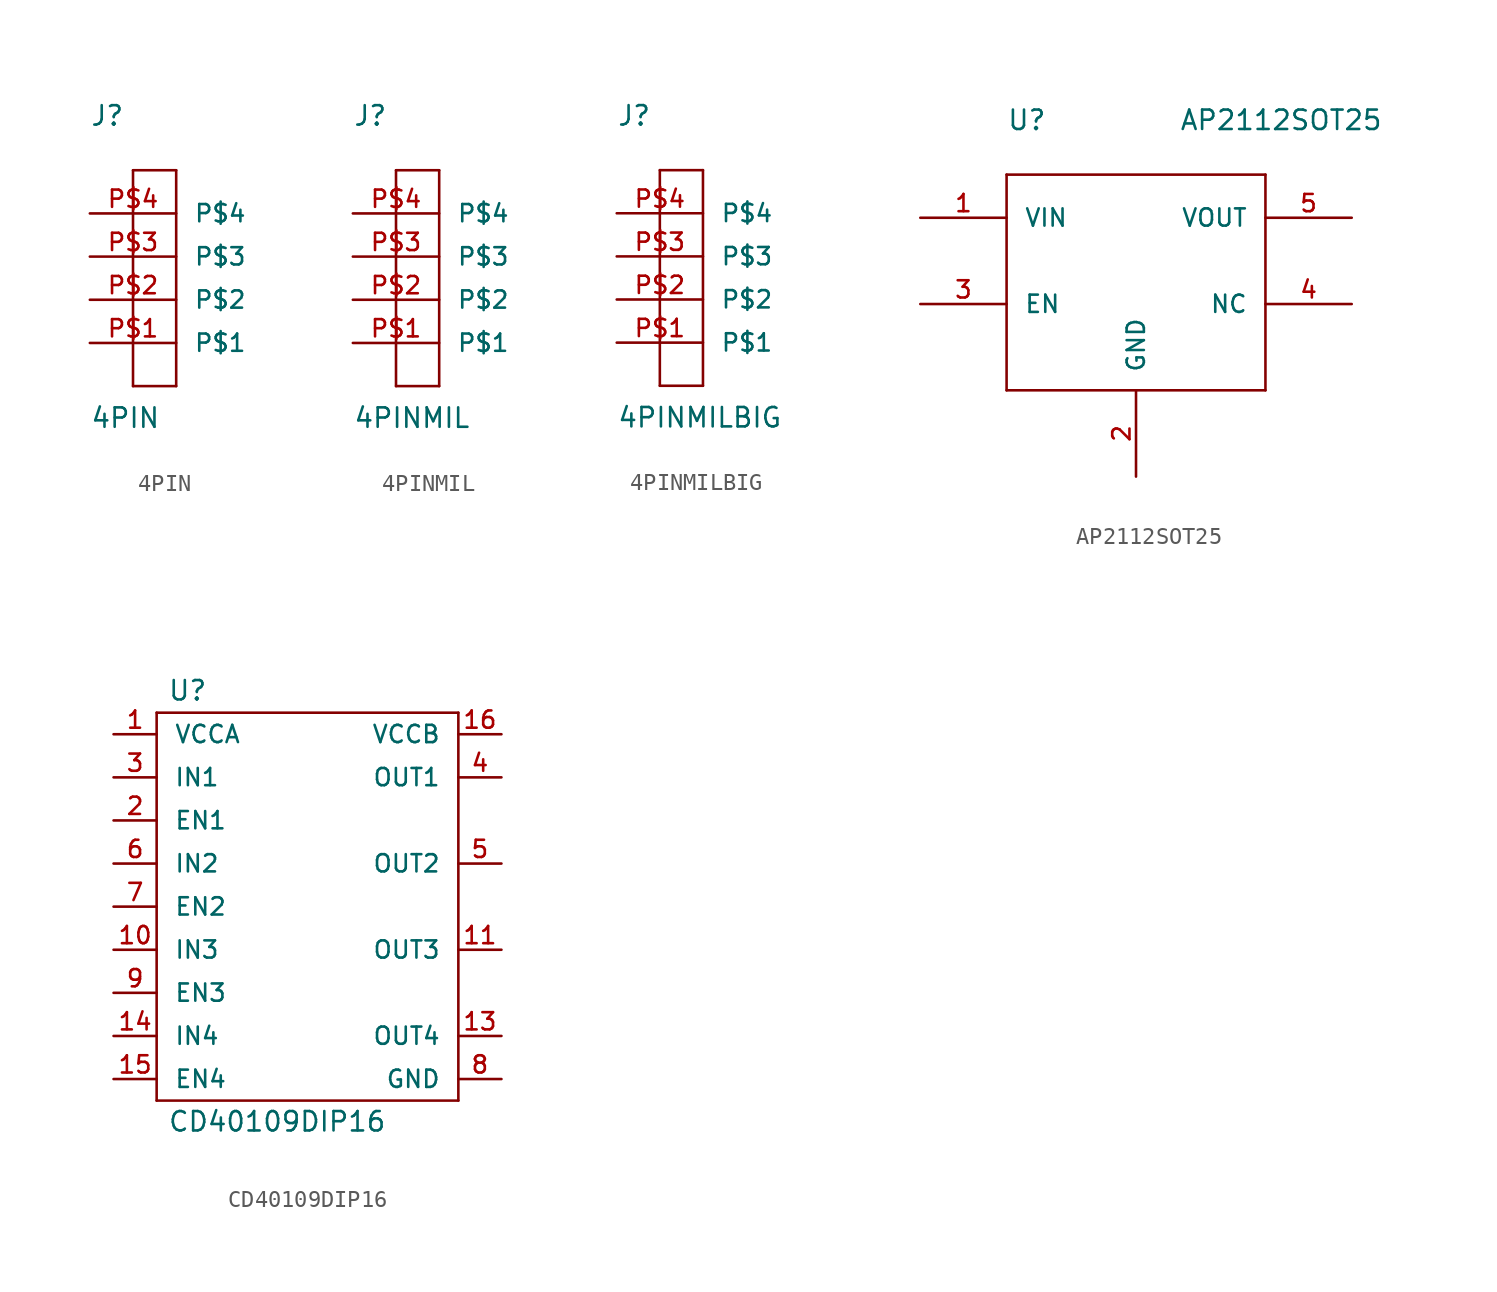
<source format=kicad_sym>
(kicad_symbol_lib
  (version 20211014)
  (generator kicad_symbol_editor)
  (symbol "4PIN"
    (pin_names
      (offset 1.016))
    (property "Reference" "J"
      (at -5.08 12.7 0)
      (effects (font (size 1.143 1.143)) (justify left bottom)))
    (property "Value" "4PIN"
      (at -5.08 -5.08 0)
      (effects (font (size 1.143 1.143)) (justify left bottom)))
    (property "ki_locked" ""
      (at 0 0 0)
      (effects (font (size 1.27 1.27))))
    (symbol "4PIN_1_0"
      (polyline (pts (xy -2.54 -2.54) (xy -2.54 10.16)) (stroke (width 0) (type default) (color 0 0 0 0)) (fill (type none)))
      (polyline (pts (xy -2.54 10.16) (xy 0 10.16)) (stroke (width 0) (type default) (color 0 0 0 0)) (fill (type none)))
      (polyline (pts (xy 0 -2.54) (xy -2.54 -2.54)) (stroke (width 0) (type default) (color 0 0 0 0)) (fill (type none)))
      (polyline (pts (xy 0 10.16) (xy 0 -2.54)) (stroke (width 0) (type default) (color 0 0 0 0)) (fill (type none))))
    (symbol "4PIN_1_1"
      (pin bidirectional line (at -5.08 0 0) (length 5.08) (name "P$1" (effects (font (size 1.016 1.016)))) (number "P$1" (effects (font (size 1.016 1.016)))))
      (pin bidirectional line (at -5.08 2.54 0) (length 5.08) (name "P$2" (effects (font (size 1.016 1.016)))) (number "P$2" (effects (font (size 1.016 1.016)))))
      (pin bidirectional line (at -5.08 5.08 0) (length 5.08) (name "P$3" (effects (font (size 1.016 1.016)))) (number "P$3" (effects (font (size 1.016 1.016)))))
      (pin bidirectional line (at -5.08 7.62 0) (length 5.08) (name "P$4" (effects (font (size 1.016 1.016)))) (number "P$4" (effects (font (size 1.016 1.016)))))
      (pin bidirectional line (at -5.08 0 0) (length 5.08) hide (name "P$1" (effects (font (size 1.016 1.016)))) (number "P$5" (effects (font (size 1.016 1.016)))))
      (pin bidirectional line (at -5.08 2.54 0) (length 5.08) hide (name "P$2" (effects (font (size 1.016 1.016)))) (number "P$6" (effects (font (size 1.016 1.016)))))
      (pin bidirectional line (at -5.08 5.08 0) (length 5.08) hide (name "P$3" (effects (font (size 1.016 1.016)))) (number "P$7" (effects (font (size 1.016 1.016)))))
      (pin bidirectional line (at -5.08 7.62 0) (length 5.08) hide (name "P$4" (effects (font (size 1.016 1.016)))) (number "P$8" (effects (font (size 1.016 1.016)))))))
  (symbol "4PINMIL"
    (pin_names
      (offset 1.016))
    (property "Reference" "J"
      (at -5.08 12.7 0)
      (effects (font (size 1.143 1.143)) (justify left bottom)))
    (property "Value" "4PINMIL"
      (at -5.08 -5.08 0)
      (effects (font (size 1.143 1.143)) (justify left bottom)))
    (property "ki_locked" ""
      (at 0 0 0)
      (effects (font (size 1.27 1.27))))
    (symbol "4PINMIL_1_0"
      (polyline (pts (xy -2.54 -2.54) (xy -2.54 10.16)) (stroke (width 0) (type default) (color 0 0 0 0)) (fill (type none)))
      (polyline (pts (xy -2.54 10.16) (xy 0 10.16)) (stroke (width 0) (type default) (color 0 0 0 0)) (fill (type none)))
      (polyline (pts (xy 0 -2.54) (xy -2.54 -2.54)) (stroke (width 0) (type default) (color 0 0 0 0)) (fill (type none)))
      (polyline (pts (xy 0 10.16) (xy 0 -2.54)) (stroke (width 0) (type default) (color 0 0 0 0)) (fill (type none))))
    (symbol "4PINMIL_1_1"
      (pin bidirectional line (at -5.08 0 0) (length 5.08) (name "P$1" (effects (font (size 1.016 1.016)))) (number "P$1" (effects (font (size 1.016 1.016)))))
      (pin bidirectional line (at -5.08 2.54 0) (length 5.08) (name "P$2" (effects (font (size 1.016 1.016)))) (number "P$2" (effects (font (size 1.016 1.016)))))
      (pin bidirectional line (at -5.08 5.08 0) (length 5.08) (name "P$3" (effects (font (size 1.016 1.016)))) (number "P$3" (effects (font (size 1.016 1.016)))))
      (pin bidirectional line (at -5.08 7.62 0) (length 5.08) (name "P$4" (effects (font (size 1.016 1.016)))) (number "P$4" (effects (font (size 1.016 1.016)))))
      (pin bidirectional line (at -5.08 0 0) (length 5.08) hide (name "P$1" (effects (font (size 1.016 1.016)))) (number "P$5" (effects (font (size 1.016 1.016)))))
      (pin bidirectional line (at -5.08 2.54 0) (length 5.08) hide (name "P$2" (effects (font (size 1.016 1.016)))) (number "P$6" (effects (font (size 1.016 1.016)))))
      (pin bidirectional line (at -5.08 5.08 0) (length 5.08) hide (name "P$3" (effects (font (size 1.016 1.016)))) (number "P$7" (effects (font (size 1.016 1.016)))))
      (pin bidirectional line (at -5.08 7.62 0) (length 5.08) hide (name "P$4" (effects (font (size 1.016 1.016)))) (number "P$8" (effects (font (size 1.016 1.016)))))))
  (symbol "4PINMILBIG"
    (pin_names
      (offset 1.016))
    (property "Reference" "J"
      (at -5.08 12.7 0)
      (effects (font (size 1.143 1.143)) (justify left bottom)))
    (property "Value" "4PINMILBIG"
      (at -5.08 -5.08 0)
      (effects (font (size 1.143 1.143)) (justify left bottom)))
    (property "ki_locked" ""
      (at 0 0 0)
      (effects (font (size 1.27 1.27))))
    (symbol "4PINMILBIG_1_0"
      (polyline (pts (xy -2.54 -2.54) (xy -2.54 10.16)) (stroke (width 0) (type default) (color 0 0 0 0)) (fill (type none)))
      (polyline (pts (xy -2.54 10.16) (xy 0 10.16)) (stroke (width 0) (type default) (color 0 0 0 0)) (fill (type none)))
      (polyline (pts (xy 0 -2.54) (xy -2.54 -2.54)) (stroke (width 0) (type default) (color 0 0 0 0)) (fill (type none)))
      (polyline (pts (xy 0 10.16) (xy 0 -2.54)) (stroke (width 0) (type default) (color 0 0 0 0)) (fill (type none))))
    (symbol "4PINMILBIG_1_1"
      (pin bidirectional line (at -5.08 0 0) (length 5.08) (name "P$1" (effects (font (size 1.016 1.016)))) (number "P$1" (effects (font (size 1.016 1.016)))))
      (pin bidirectional line (at -5.08 2.54 0) (length 5.08) (name "P$2" (effects (font (size 1.016 1.016)))) (number "P$2" (effects (font (size 1.016 1.016)))))
      (pin bidirectional line (at -5.08 5.08 0) (length 5.08) (name "P$3" (effects (font (size 1.016 1.016)))) (number "P$3" (effects (font (size 1.016 1.016)))))
      (pin bidirectional line (at -5.08 7.62 0) (length 5.08) (name "P$4" (effects (font (size 1.016 1.016)))) (number "P$4" (effects (font (size 1.016 1.016)))))
      (pin bidirectional line (at -5.08 0 0) (length 5.08) hide (name "P$1" (effects (font (size 1.016 1.016)))) (number "P$5" (effects (font (size 1.016 1.016)))))
      (pin bidirectional line (at -5.08 2.54 0) (length 5.08) hide (name "P$2" (effects (font (size 1.016 1.016)))) (number "P$6" (effects (font (size 1.016 1.016)))))
      (pin bidirectional line (at -5.08 5.08 0) (length 5.08) hide (name "P$3" (effects (font (size 1.016 1.016)))) (number "P$7" (effects (font (size 1.016 1.016)))))
      (pin bidirectional line (at -5.08 7.62 0) (length 5.08) hide (name "P$4" (effects (font (size 1.016 1.016)))) (number "P$8" (effects (font (size 1.016 1.016)))))))
  (symbol "AP2112SOT25"
    (pin_names
      (offset 1.016))
    (property "Reference" "U"
      (at -7.62 10.16 0)
      (effects (font (size 1.143 1.143)) (justify left bottom)))
    (property "Value" "AP2112SOT25"
      (at 2.54 10.16 0)
      (effects (font (size 1.143 1.143)) (justify left bottom)))
    (property "ki_locked" ""
      (at 0 0 0)
      (effects (font (size 1.27 1.27))))
    (symbol "AP2112SOT25_1_0"
      (polyline (pts (xy -7.62 -5.08) (xy 7.62 -5.08)) (stroke (width 0) (type default) (color 0 0 0 0)) (fill (type none)))
      (polyline (pts (xy -7.62 7.62) (xy -7.62 -5.08)) (stroke (width 0) (type default) (color 0 0 0 0)) (fill (type none)))
      (polyline (pts (xy 7.62 -5.08) (xy 7.62 7.62)) (stroke (width 0) (type default) (color 0 0 0 0)) (fill (type none)))
      (polyline (pts (xy 7.62 7.62) (xy -7.62 7.62)) (stroke (width 0) (type default) (color 0 0 0 0)) (fill (type none))))
    (symbol "AP2112SOT25_1_1"
      (pin power_in line (at -12.7 5.08 0) (length 5.08) (name "VIN" (effects (font (size 1.016 1.016)))) (number "1" (effects (font (size 1.016 1.016)))))
      (pin power_in line (at 0 -10.16 90) (length 5.08) (name "GND" (effects (font (size 1.016 1.016)))) (number "2" (effects (font (size 1.016 1.016)))))
      (pin input line (at -12.7 0 0) (length 5.08) (name "EN" (effects (font (size 1.016 1.016)))) (number "3" (effects (font (size 1.016 1.016)))))
      (pin unspecified line (at 12.7 0 180) (length 5.08) (name "NC" (effects (font (size 1.016 1.016)))) (number "4" (effects (font (size 1.016 1.016)))))
      (pin power_in line (at 12.7 5.08 180) (length 5.08) (name "VOUT" (effects (font (size 1.016 1.016)))) (number "5" (effects (font (size 1.016 1.016)))))))
  (symbol "CD40109DIP16"
    (pin_names
      (offset 1.016))
    (property "Reference" "U"
      (at -8.255 12.065 0)
      (effects (font (size 1.143 1.143)) (justify left bottom)))
    (property "Value" "CD40109DIP16"
      (at -8.255 -13.335 0)
      (effects (font (size 1.143 1.143)) (justify left bottom)))
    (property "ki_locked" ""
      (at 0 0 0)
      (effects (font (size 1.27 1.27))))
    (symbol "CD40109DIP16_1_0"
      (polyline (pts (xy -8.89 -11.43) (xy -8.89 11.43)) (stroke (width 0) (type default) (color 0 0 0 0)) (fill (type none)))
      (polyline (pts (xy -8.89 11.43) (xy 8.89 11.43)) (stroke (width 0) (type default) (color 0 0 0 0)) (fill (type none)))
      (polyline (pts (xy 8.89 -11.43) (xy -8.89 -11.43)) (stroke (width 0) (type default) (color 0 0 0 0)) (fill (type none)))
      (polyline (pts (xy 8.89 11.43) (xy 8.89 -11.43)) (stroke (width 0) (type default) (color 0 0 0 0)) (fill (type none))))
    (symbol "CD40109DIP16_1_1"
      (pin bidirectional line (at -11.43 10.16 0) (length 2.54) (name "VCCA" (effects (font (size 1.016 1.016)))) (number "1" (effects (font (size 1.016 1.016)))))
      (pin bidirectional line (at -11.43 -2.54 0) (length 2.54) (name "IN3" (effects (font (size 1.016 1.016)))) (number "10" (effects (font (size 1.016 1.016)))))
      (pin bidirectional line (at 11.43 -2.54 180) (length 2.54) (name "OUT3" (effects (font (size 1.016 1.016)))) (number "11" (effects (font (size 1.016 1.016)))))
      (pin bidirectional line (at 11.43 -7.62 180) (length 2.54) (name "OUT4" (effects (font (size 1.016 1.016)))) (number "13" (effects (font (size 1.016 1.016)))))
      (pin bidirectional line (at -11.43 -7.62 0) (length 2.54) (name "IN4" (effects (font (size 1.016 1.016)))) (number "14" (effects (font (size 1.016 1.016)))))
      (pin bidirectional line (at -11.43 -10.16 0) (length 2.54) (name "EN4" (effects (font (size 1.016 1.016)))) (number "15" (effects (font (size 1.016 1.016)))))
      (pin bidirectional line (at 11.43 10.16 180) (length 2.54) (name "VCCB" (effects (font (size 1.016 1.016)))) (number "16" (effects (font (size 1.016 1.016)))))
      (pin bidirectional line (at -11.43 5.08 0) (length 2.54) (name "EN1" (effects (font (size 1.016 1.016)))) (number "2" (effects (font (size 1.016 1.016)))))
      (pin bidirectional line (at -11.43 7.62 0) (length 2.54) (name "IN1" (effects (font (size 1.016 1.016)))) (number "3" (effects (font (size 1.016 1.016)))))
      (pin bidirectional line (at 11.43 7.62 180) (length 2.54) (name "OUT1" (effects (font (size 1.016 1.016)))) (number "4" (effects (font (size 1.016 1.016)))))
      (pin bidirectional line (at 11.43 2.54 180) (length 2.54) (name "OUT2" (effects (font (size 1.016 1.016)))) (number "5" (effects (font (size 1.016 1.016)))))
      (pin bidirectional line (at -11.43 2.54 0) (length 2.54) (name "IN2" (effects (font (size 1.016 1.016)))) (number "6" (effects (font (size 1.016 1.016)))))
      (pin bidirectional line (at -11.43 0 0) (length 2.54) (name "EN2" (effects (font (size 1.016 1.016)))) (number "7" (effects (font (size 1.016 1.016)))))
      (pin bidirectional line (at 11.43 -10.16 180) (length 2.54) (name "GND" (effects (font (size 1.016 1.016)))) (number "8" (effects (font (size 1.016 1.016)))))
      (pin bidirectional line (at -11.43 -5.08 0) (length 2.54) (name "EN3" (effects (font (size 1.016 1.016)))) (number "9" (effects (font (size 1.016 1.016))))))))
</source>
